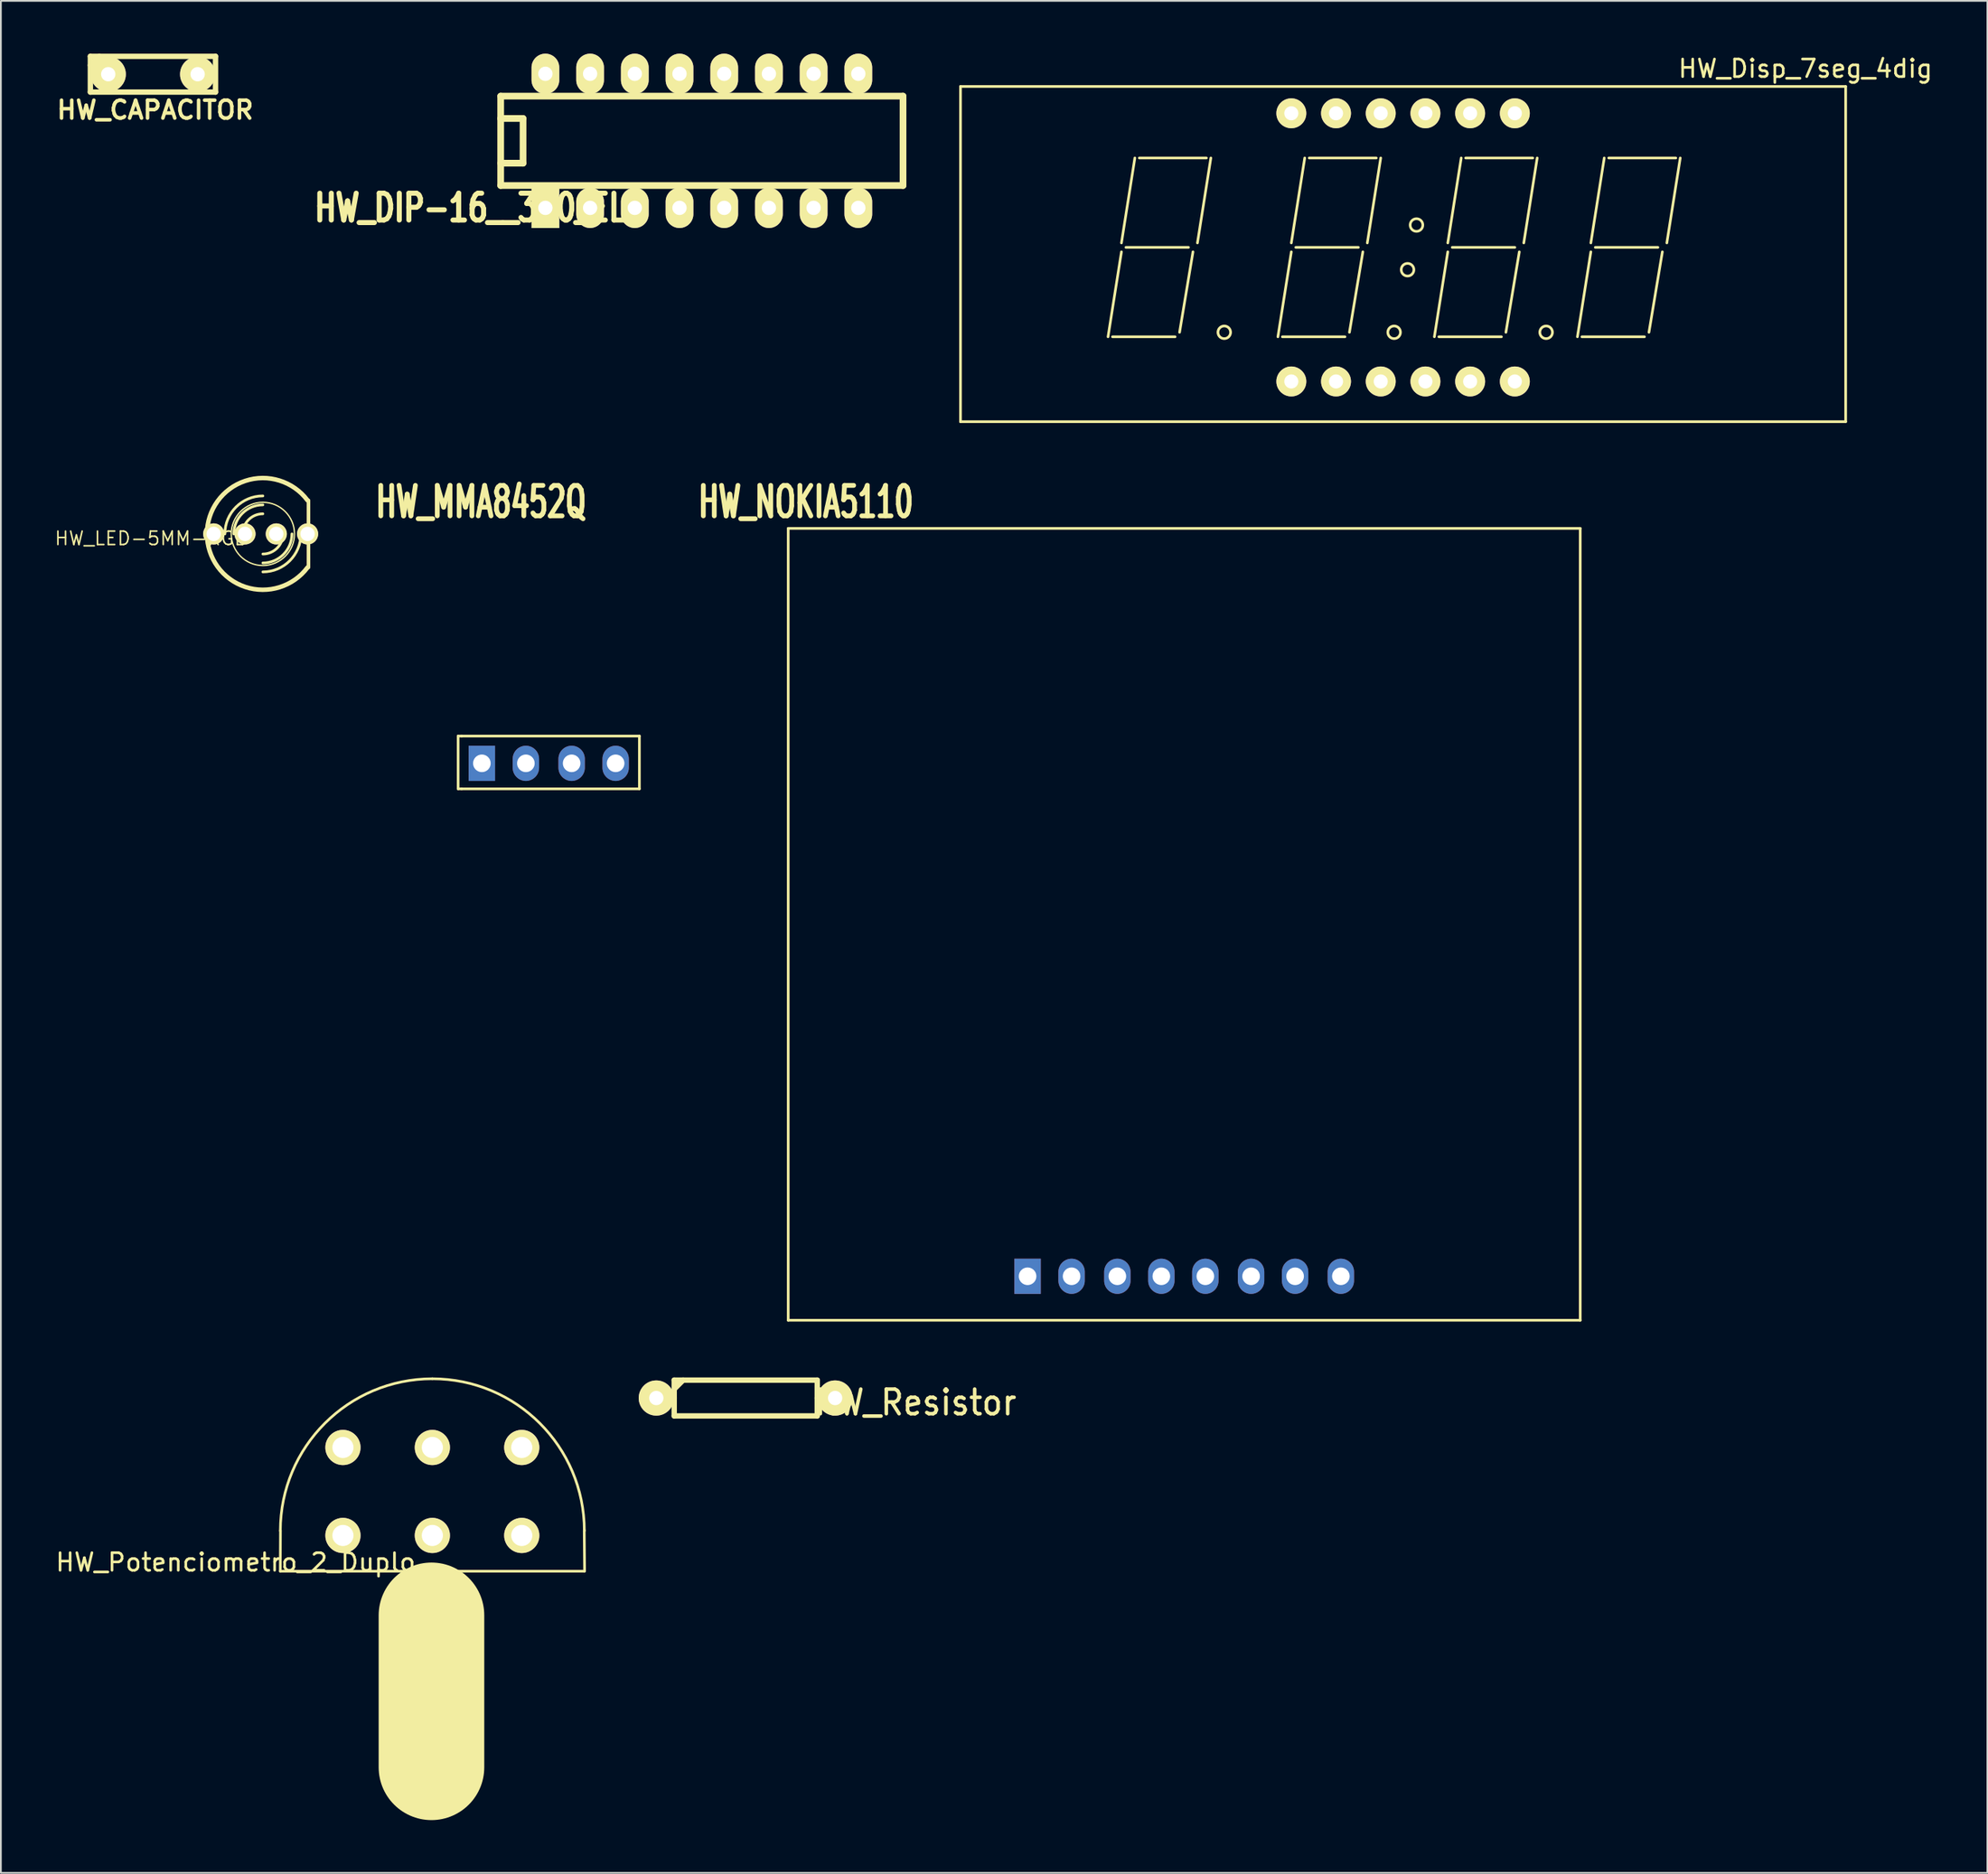
<source format=kicad_pcb>
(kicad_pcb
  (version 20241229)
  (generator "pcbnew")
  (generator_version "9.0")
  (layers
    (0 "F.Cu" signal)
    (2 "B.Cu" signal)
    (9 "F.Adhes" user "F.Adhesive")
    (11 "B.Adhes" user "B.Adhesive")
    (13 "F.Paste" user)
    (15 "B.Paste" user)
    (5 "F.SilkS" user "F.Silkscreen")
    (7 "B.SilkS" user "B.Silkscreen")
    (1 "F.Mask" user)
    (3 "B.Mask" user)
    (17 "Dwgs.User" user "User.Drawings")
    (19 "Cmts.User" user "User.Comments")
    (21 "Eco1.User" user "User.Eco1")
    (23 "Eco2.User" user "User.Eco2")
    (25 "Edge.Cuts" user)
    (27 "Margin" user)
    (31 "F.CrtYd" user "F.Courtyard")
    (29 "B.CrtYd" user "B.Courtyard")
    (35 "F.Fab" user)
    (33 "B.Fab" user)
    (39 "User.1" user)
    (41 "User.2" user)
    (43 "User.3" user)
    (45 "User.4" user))
  (footprint "HW_Potenciometro_2_Duplo"
    (layer "F.Cu")
    (at 21.515 84.207)
    (property "Reference" "HW_Potenciometro_2_Duplo" (at -11.176 1.524 0) (layer "F.SilkS") (effects (font (size 1 1) (thickness 0.15))))
    (attr through_hole)
    (fp_line (start -8.636 2.032) (end 8.636 2.032) (stroke (width 0.15) (type solid)) (layer "F.SilkS"))
    (fp_line (start -8.63 -0.27) (end -8.64 2.03) (stroke (width 0.15) (type solid)) (layer "F.SilkS"))
    (fp_line (start -0.05 4.54) (end -0.05 13.176) (stroke (width 6) (type solid)) (layer "F.SilkS"))
    (fp_line (start 0 11.43) (end 0 12.192) (stroke (width 0.15) (type solid)) (layer "F.SilkS"))
    (fp_line (start 8.63 -0.29) (end 8.65 2.03) (stroke (width 0.15) (type solid)) (layer "F.SilkS"))
    (fp_arc (start -8.636 -0.268) (mid -6.106574 -6.374574) (end 0 -8.904) (stroke (width 0.15) (type solid)) (layer "F.SilkS"))
    (fp_arc (start 0 -8.904) (mid 6.106574 -6.374574) (end 8.636 -0.268) (stroke (width 0.15) (type solid)) (layer "F.SilkS"))
    (pad "0" thru_hole circle (at -5.08 -5) (size 2 2) (drill 1.2) (layers "*.Cu" "*.Mask" "F.SilkS"))
    (pad "0" thru_hole circle (at 0 -5) (size 2 2) (drill 1.2) (layers "*.Cu" "*.Mask" "F.SilkS"))
    (pad "0" thru_hole circle (at 5.08 -5) (size 2 2) (drill 1.2) (layers "*.Cu" "*.Mask" "F.SilkS"))
    (pad "1" thru_hole circle (at -5.08 0) (size 2 2) (drill 1.2) (layers "*.Cu" "*.Mask" "F.SilkS"))
    (pad "2" thru_hole circle (at 0 0) (size 2 2) (drill 1.2) (layers "*.Cu" "*.Mask" "F.SilkS"))
    (pad "3" thru_hole circle (at 5.08 0) (size 2 2) (drill 1.2) (layers "*.Cu" "*.Mask" "F.SilkS")))
  (footprint "HW_CAPACITOR"
    (layer "F.Cu")
    (at 5.64 1.168)
    (property "Reference" "HW_CAPACITOR" (at 0.127 2.032 0) (layer "F.SilkS") (effects (font (size 1.016 1.016) (thickness 0.203))))
    (attr through_hole)
    (fp_line (start -3.556 -1.016) (end 3.556 -1.016) (stroke (width 0.305) (type solid)) (layer "F.SilkS"))
    (fp_line (start -3.556 -0.508) (end -3.048 -1.016) (stroke (width 0.305) (type solid)) (layer "F.SilkS"))
    (fp_line (start -3.556 1.016) (end -3.556 -1.016) (stroke (width 0.305) (type solid)) (layer "F.SilkS"))
    (fp_line (start 3.556 -1.016) (end 3.556 1.016) (stroke (width 0.305) (type solid)) (layer "F.SilkS"))
    (fp_line (start 3.556 1.016) (end -3.556 1.016) (stroke (width 0.305) (type solid)) (layer "F.SilkS"))
    (pad "1" thru_hole circle (at -2.54 0) (size 2 2) (drill 0.813) (layers "*.Cu" "*.Mask" "F.SilkS"))
    (pad "2" thru_hole circle (at 2.54 0) (size 2 2) (drill 0.813) (layers "*.Cu" "*.Mask" "F.SilkS")))
  (footprint "HW_MMA8452Q"
    (layer "F.Cu")
    (at 23.179 41.778)
    (property "Reference" "HW_MMA8452Q" (at 1.1 -16.3 0) (layer "F.SilkS") (effects (font (size 1.73 1.087) (thickness 0.272))))
    (attr through_hole)
    (fp_line (start -0.2 -3) (end -0.2 0) (stroke (width 0.15) (type solid)) (layer "F.SilkS"))
    (fp_line (start -0.2 0) (end 0 0) (stroke (width 0.15) (type solid)) (layer "F.SilkS"))
    (fp_line (start 0 -3) (end -0.2 -3) (stroke (width 0.15) (type solid)) (layer "F.SilkS"))
    (fp_line (start 0 0) (end 10.1 0) (stroke (width 0.15) (type solid)) (layer "F.SilkS"))
    (fp_line (start 10.1 -3) (end 0 -3) (stroke (width 0.15) (type solid)) (layer "F.SilkS"))
    (fp_line (start 10.1 0) (end 10.1 -3) (stroke (width 0.15) (type solid)) (layer "F.SilkS"))
    (pad "1" thru_hole rect (at 1.15 -1.45) (size 1.5 2) (drill 1.001) (layers "*.Cu" "*.Mask"))
    (pad "2" thru_hole oval (at 3.65 -1.45) (size 1.5 2) (drill 1.001) (layers "*.Cu" "*.Mask"))
    (pad "3" thru_hole oval (at 6.25 -1.45) (size 1.5 2) (drill 1.001) (layers "*.Cu" "*.Mask"))
    (pad "4" thru_hole oval (at 8.75 -1.45) (size 1.5 2) (drill 1.001) (layers "*.Cu" "*.Mask")))
  (footprint "HW_LED-5MM-RGB"
    (layer "F.Cu")
    (at 11.632 27.291)
    (property "Reference" "HW_LED-5MM-RGB" (at -6.096 0.254 0) (layer "F.SilkS") (effects (font (size 0.762 0.762) (thickness 0.089))))
    (attr through_hole)
    (fp_line (start 2.845 1.905) (end 2.845 -1.905) (stroke (width 0.203) (type solid)) (layer "F.SilkS"))
    (fp_arc (start -1.905 0) (mid -1.272644 -1.526644) (end 0.254 -2.159) (stroke (width 0.1524) (type solid)) (layer "F.SilkS"))
    (fp_arc (start -1.397 0) (mid -0.913433 -1.167433) (end 0.254 -1.651) (stroke (width 0.1524) (type solid)) (layer "F.SilkS"))
    (fp_arc (start -0.889 0) (mid -0.554223 -0.808223) (end 0.254 -1.143) (stroke (width 0.1524) (type solid)) (layer "F.SilkS"))
    (fp_arc (start 1.397 0) (mid 1.062223 0.808223) (end 0.254 1.143) (stroke (width 0.1524) (type solid)) (layer "F.SilkS"))
    (fp_arc (start 1.905 0) (mid 1.421433 1.167433) (end 0.254 1.651) (stroke (width 0.1524) (type solid)) (layer "F.SilkS"))
    (fp_arc (start 2.413 0) (mid 1.780644 1.526644) (end 0.254 2.159) (stroke (width 0.1524) (type solid)) (layer "F.SilkS"))
    (fp_arc (start 2.794 1.905) (mid -2.921 0.001668) (end 2.791997 -1.907668) (stroke (width 0.254) (type solid)) (layer "F.SilkS"))
    (fp_circle (center 0.254 0) (end -1.016 1.27) (stroke (width 0.076) (type solid)) (fill no) (layer "F.SilkS"))
    (pad "1" thru_hole circle (at 2.794 0 180) (size 1.2 1.2) (drill 0.813) (layers "*.Cu" "*.Mask" "F.SilkS"))
    (pad "2" thru_hole circle (at 1.016 0 90) (size 1.2 1.2) (drill 0.813) (layers "*.Cu" "*.Mask" "F.SilkS"))
    (pad "3" thru_hole circle (at -0.762 0 180) (size 1.2 1.2) (drill 0.813) (layers "*.Cu" "*.Mask" "F.SilkS"))
    (pad "4" thru_hole circle (at -2.54 0 180) (size 1.2 1.2) (drill 0.813) (layers "*.Cu" "*.Mask" "F.SilkS")))
  (footprint "HW_DIP-16__300_ELL"
    (layer "F.Cu")
    (at 36.828 4.953)
    (property "Reference" "HW_DIP-16__300_ELL" (at -12.7 3.81 0) (layer "F.SilkS") (effects (font (size 1.524 1.143) (thickness 0.305))))
    (attr through_hole)
    (fp_line (start -11.43 -2.54) (end 11.43 -2.54) (stroke (width 0.381) (type solid)) (layer "F.SilkS"))
    (fp_line (start -11.43 -1.27) (end -11.43 -1.27) (stroke (width 0.381) (type solid)) (layer "F.SilkS"))
    (fp_line (start -11.43 -1.27) (end -10.16 -1.27) (stroke (width 0.381) (type solid)) (layer "F.SilkS"))
    (fp_line (start -11.43 2.54) (end -11.43 -2.54) (stroke (width 0.381) (type solid)) (layer "F.SilkS"))
    (fp_line (start -10.16 -1.27) (end -10.16 1.27) (stroke (width 0.381) (type solid)) (layer "F.SilkS"))
    (fp_line (start -10.16 1.27) (end -11.43 1.27) (stroke (width 0.381) (type solid)) (layer "F.SilkS"))
    (fp_line (start 11.43 -2.54) (end 11.43 2.54) (stroke (width 0.381) (type solid)) (layer "F.SilkS"))
    (fp_line (start 11.43 2.54) (end -11.43 2.54) (stroke (width 0.381) (type solid)) (layer "F.SilkS"))
    (pad "1" thru_hole rect (at -8.89 3.81) (size 1.575 2.286) (drill 0.813) (layers "*.Cu" "*.Mask" "F.SilkS"))
    (pad "2" thru_hole oval (at -6.35 3.81) (size 1.575 2.286) (drill 0.813) (layers "*.Cu" "*.Mask" "F.SilkS"))
    (pad "3" thru_hole oval (at -3.81 3.81) (size 1.575 2.286) (drill 0.813) (layers "*.Cu" "*.Mask" "F.SilkS"))
    (pad "4" thru_hole oval (at -1.27 3.81) (size 1.575 2.286) (drill 0.813) (layers "*.Cu" "*.Mask" "F.SilkS"))
    (pad "5" thru_hole oval (at 1.27 3.81) (size 1.575 2.286) (drill 0.813) (layers "*.Cu" "*.Mask" "F.SilkS"))
    (pad "6" thru_hole oval (at 3.81 3.81) (size 1.575 2.286) (drill 0.813) (layers "*.Cu" "*.Mask" "F.SilkS"))
    (pad "7" thru_hole oval (at 6.35 3.81) (size 1.575 2.286) (drill 0.813) (layers "*.Cu" "*.Mask" "F.SilkS"))
    (pad "8" thru_hole oval (at 8.89 3.81) (size 1.575 2.286) (drill 0.813) (layers "*.Cu" "*.Mask" "F.SilkS"))
    (pad "9" thru_hole oval (at 8.89 -3.81) (size 1.575 2.286) (drill 0.813) (layers "*.Cu" "*.Mask" "F.SilkS"))
    (pad "10" thru_hole oval (at 6.35 -3.81) (size 1.575 2.286) (drill 0.813) (layers "*.Cu" "*.Mask" "F.SilkS"))
    (pad "11" thru_hole oval (at 3.81 -3.81) (size 1.575 2.286) (drill 0.813) (layers "*.Cu" "*.Mask" "F.SilkS"))
    (pad "12" thru_hole oval (at 1.27 -3.81) (size 1.575 2.286) (drill 0.813) (layers "*.Cu" "*.Mask" "F.SilkS"))
    (pad "13" thru_hole oval (at -1.27 -3.81) (size 1.575 2.286) (drill 0.813) (layers "*.Cu" "*.Mask" "F.SilkS"))
    (pad "14" thru_hole oval (at -3.81 -3.81) (size 1.575 2.286) (drill 0.813) (layers "*.Cu" "*.Mask" "F.SilkS"))
    (pad "15" thru_hole oval (at -6.35 -3.81) (size 1.575 2.286) (drill 0.813) (layers "*.Cu" "*.Mask" "F.SilkS"))
    (pad "16" thru_hole oval (at -8.89 -3.81) (size 1.575 2.286) (drill 0.813) (layers "*.Cu" "*.Mask" "F.SilkS")))
  (footprint "HW_NOKIA5110"
    (layer "F.Cu")
    (at 41.735 71.978)
    (property "Reference" "HW_NOKIA5110" (at 1 -46.5 0) (layer "F.SilkS") (effects (font (size 1.73 1.087) (thickness 0.272))))
    (attr through_hole)
    (fp_line (start 0 -45) (end 0 0) (stroke (width 0.15) (type solid)) (layer "F.SilkS"))
    (fp_line (start 0 0) (end 45 0) (stroke (width 0.15) (type solid)) (layer "F.SilkS"))
    (fp_line (start 45 -45) (end 0 -45) (stroke (width 0.15) (type solid)) (layer "F.SilkS"))
    (fp_line (start 45 0) (end 45 -45) (stroke (width 0.15) (type solid)) (layer "F.SilkS"))
    (pad "1" thru_hole rect (at 13.6 -2.5) (size 1.5 2) (drill 1.001) (layers "*.Cu" "*.Mask"))
    (pad "2" thru_hole oval (at 16.1 -2.5) (size 1.5 2) (drill 1.001) (layers "*.Cu" "*.Mask"))
    (pad "3" thru_hole oval (at 18.7 -2.5) (size 1.5 2) (drill 1.001) (layers "*.Cu" "*.Mask"))
    (pad "4" thru_hole oval (at 21.2 -2.5) (size 1.5 2) (drill 1.001) (layers "*.Cu" "*.Mask"))
    (pad "5" thru_hole oval (at 23.7 -2.5) (size 1.5 2) (drill 1.001) (layers "*.Cu" "*.Mask"))
    (pad "6" thru_hole oval (at 26.3 -2.5) (size 1.5 2) (drill 1.001) (layers "*.Cu" "*.Mask"))
    (pad "7" thru_hole oval (at 28.8 -2.5) (size 1.5 2) (drill 1.001) (layers "*.Cu" "*.Mask"))
    (pad "8" thru_hole oval (at 31.4 -2.5) (size 1.5 2) (drill 1.001) (layers "*.Cu" "*.Mask")))
  (footprint "HW_Disp_7seg_4dig"
    (layer "F.Cu")
    (at 76.67 11.008)
    (property "Reference" "HW_Disp_7seg_4dig" (at 22.86 -10.16 0) (layer "F.SilkS") (effects (font (size 1 1) (thickness 0.15))))
    (attr through_hole)
    (fp_line (start -25.146 -9.144) (end -25.146 9.906) (stroke (width 0.15) (type solid)) (layer "F.SilkS"))
    (fp_line (start -25.146 9.906) (end 25.146 9.906) (stroke (width 0.15) (type solid)) (layer "F.SilkS"))
    (fp_line (start -16.51 5.08) (end -12.954 5.08) (stroke (width 0.15) (type solid)) (layer "F.SilkS"))
    (fp_line (start -16.002 -0.254) (end -15.24 -5.08) (stroke (width 0.15) (type solid)) (layer "F.SilkS"))
    (fp_line (start -16.002 0.254) (end -16.764 5.08) (stroke (width 0.15) (type solid)) (layer "F.SilkS"))
    (fp_line (start -15.748 0) (end -12.192 0) (stroke (width 0.15) (type solid)) (layer "F.SilkS"))
    (fp_line (start -14.986 -5.08) (end -11.176 -5.08) (stroke (width 0.15) (type solid)) (layer "F.SilkS"))
    (fp_line (start -11.938 0.254) (end -12.7 4.826) (stroke (width 0.15) (type solid)) (layer "F.SilkS"))
    (fp_line (start -10.922 -5.08) (end -11.684 -0.254) (stroke (width 0.15) (type solid)) (layer "F.SilkS"))
    (fp_line (start -6.858 5.08) (end -3.302 5.08) (stroke (width 0.15) (type solid)) (layer "F.SilkS"))
    (fp_line (start -6.35 -0.254) (end -5.588 -5.08) (stroke (width 0.15) (type solid)) (layer "F.SilkS"))
    (fp_line (start -6.35 0.254) (end -7.112 5.08) (stroke (width 0.15) (type solid)) (layer "F.SilkS"))
    (fp_line (start -6.096 0) (end -2.54 0) (stroke (width 0.15) (type solid)) (layer "F.SilkS"))
    (fp_line (start -5.334 -5.08) (end -1.524 -5.08) (stroke (width 0.15) (type solid)) (layer "F.SilkS"))
    (fp_line (start -2.286 0.254) (end -3.048 4.826) (stroke (width 0.15) (type solid)) (layer "F.SilkS"))
    (fp_line (start -1.27 -5.08) (end -2.032 -0.254) (stroke (width 0.15) (type solid)) (layer "F.SilkS"))
    (fp_line (start 2.032 5.08) (end 5.588 5.08) (stroke (width 0.15) (type solid)) (layer "F.SilkS"))
    (fp_line (start 2.54 -0.254) (end 3.302 -5.08) (stroke (width 0.15) (type solid)) (layer "F.SilkS"))
    (fp_line (start 2.54 0.254) (end 1.778 5.08) (stroke (width 0.15) (type solid)) (layer "F.SilkS"))
    (fp_line (start 2.794 0) (end 6.35 0) (stroke (width 0.15) (type solid)) (layer "F.SilkS"))
    (fp_line (start 3.556 -5.08) (end 7.366 -5.08) (stroke (width 0.15) (type solid)) (layer "F.SilkS"))
    (fp_line (start 6.604 0.254) (end 5.842 4.826) (stroke (width 0.15) (type solid)) (layer "F.SilkS"))
    (fp_line (start 7.62 -5.08) (end 6.858 -0.254) (stroke (width 0.15) (type solid)) (layer "F.SilkS"))
    (fp_line (start 10.16 5.08) (end 13.716 5.08) (stroke (width 0.15) (type solid)) (layer "F.SilkS"))
    (fp_line (start 10.668 -0.254) (end 11.43 -5.08) (stroke (width 0.15) (type solid)) (layer "F.SilkS"))
    (fp_line (start 10.668 0.254) (end 9.906 5.08) (stroke (width 0.15) (type solid)) (layer "F.SilkS"))
    (fp_line (start 10.922 0) (end 14.478 0) (stroke (width 0.15) (type solid)) (layer "F.SilkS"))
    (fp_line (start 11.684 -5.08) (end 15.494 -5.08) (stroke (width 0.15) (type solid)) (layer "F.SilkS"))
    (fp_line (start 14.732 0.254) (end 13.97 4.826) (stroke (width 0.15) (type solid)) (layer "F.SilkS"))
    (fp_line (start 15.748 -5.08) (end 14.986 -0.254) (stroke (width 0.15) (type solid)) (layer "F.SilkS"))
    (fp_line (start 25.146 -9.144) (end -25.146 -9.144) (stroke (width 0.15) (type solid)) (layer "F.SilkS"))
    (fp_line (start 25.146 9.906) (end 25.146 -9.144) (stroke (width 0.15) (type solid)) (layer "F.SilkS"))
    (fp_circle (center -10.16 4.826) (end -9.906 5.08) (stroke (width 0.15) (type solid)) (fill no) (layer "F.SilkS"))
    (fp_circle (center -0.508 4.826) (end -0.254 5.08) (stroke (width 0.15) (type solid)) (fill no) (layer "F.SilkS"))
    (fp_circle (center 0.254 1.27) (end 0.508 1.524) (stroke (width 0.15) (type solid)) (fill no) (layer "F.SilkS"))
    (fp_circle (center 0.762 -1.27) (end 1.016 -1.016) (stroke (width 0.15) (type solid)) (fill no) (layer "F.SilkS"))
    (fp_circle (center 8.128 4.826) (end 8.382 5.08) (stroke (width 0.15) (type solid)) (fill no) (layer "F.SilkS"))
    (pad "1" thru_hole circle (at -6.35 7.62) (size 1.7 1.7) (drill 0.8) (layers "*.Cu" "*.Mask" "F.SilkS"))
    (pad "2" thru_hole circle (at -3.81 7.62) (size 1.7 1.7) (drill 0.8) (layers "*.Cu" "*.Mask" "F.SilkS"))
    (pad "3" thru_hole circle (at -1.27 7.62) (size 1.7 1.7) (drill 0.8) (layers "*.Cu" "*.Mask" "F.SilkS"))
    (pad "4" thru_hole circle (at 1.27 7.62) (size 1.7 1.7) (drill 0.8) (layers "*.Cu" "*.Mask" "F.SilkS"))
    (pad "5" thru_hole circle (at 3.81 7.62) (size 1.7 1.7) (drill 0.8) (layers "*.Cu" "*.Mask" "F.SilkS"))
    (pad "6" thru_hole circle (at 6.35 7.62) (size 1.7 1.7) (drill 0.8) (layers "*.Cu" "*.Mask" "F.SilkS"))
    (pad "7" thru_hole circle (at 6.35 -7.62) (size 1.7 1.7) (drill 0.8) (layers "*.Cu" "*.Mask" "F.SilkS"))
    (pad "8" thru_hole circle (at 3.81 -7.62) (size 1.7 1.7) (drill 0.8) (layers "*.Cu" "*.Mask" "F.SilkS"))
    (pad "9" thru_hole circle (at 1.27 -7.62) (size 1.7 1.7) (drill 0.8) (layers "*.Cu" "*.Mask" "F.SilkS"))
    (pad "10" thru_hole circle (at -1.27 -7.62) (size 1.7 1.7) (drill 0.8) (layers "*.Cu" "*.Mask" "F.SilkS"))
    (pad "11" thru_hole circle (at -3.81 -7.62) (size 1.7 1.7) (drill 0.8) (layers "*.Cu" "*.Mask" "F.SilkS"))
    (pad "12" thru_hole circle (at -6.35 -7.62) (size 1.7 1.7) (drill 0.8) (layers "*.Cu" "*.Mask" "F.SilkS")))
  (footprint "HW_Resistor"
    (layer "F.Cu")
    (at 39.32 76.397)
    (property "Reference" "HW_Resistor" (at 9.652 0.254 0) (layer "F.SilkS") (effects (font (size 1.397 1.27) (thickness 0.203))))
    (attr through_hole)
    (fp_line (start -5.08 0) (end -4.064 0) (stroke (width 0.305) (type solid)) (layer "F.SilkS"))
    (fp_line (start -4.064 -1.016) (end 4.064 -1.016) (stroke (width 0.305) (type solid)) (layer "F.SilkS"))
    (fp_line (start -4.064 -0.508) (end -3.556 -1.016) (stroke (width 0.305) (type solid)) (layer "F.SilkS"))
    (fp_line (start -4.064 0) (end -4.064 -1.016) (stroke (width 0.305) (type solid)) (layer "F.SilkS"))
    (fp_line (start -4.064 1.016) (end -4.064 0) (stroke (width 0.305) (type solid)) (layer "F.SilkS"))
    (fp_line (start 4.064 -1.016) (end 4.064 1.016) (stroke (width 0.305) (type solid)) (layer "F.SilkS"))
    (fp_line (start 4.064 1.016) (end -4.064 1.016) (stroke (width 0.305) (type solid)) (layer "F.SilkS"))
    (fp_line (start 5.08 0) (end 4.064 0) (stroke (width 0.305) (type solid)) (layer "F.SilkS"))
    (pad "1" thru_hole circle (at -5.08 0) (size 2 2) (drill 0.813) (layers "*.Cu" "*.Mask" "F.SilkS"))
    (pad "2" thru_hole circle (at 5.08 0) (size 2 2) (drill 0.813) (layers "*.Cu" "*.Mask" "F.SilkS")))
  (gr_rect
    (start -3 -3)
    (end 109.869 103.383)
    (stroke (width 0.1) (type default))
    (fill no)
    (layer "Edge.Cuts")))
</source>
